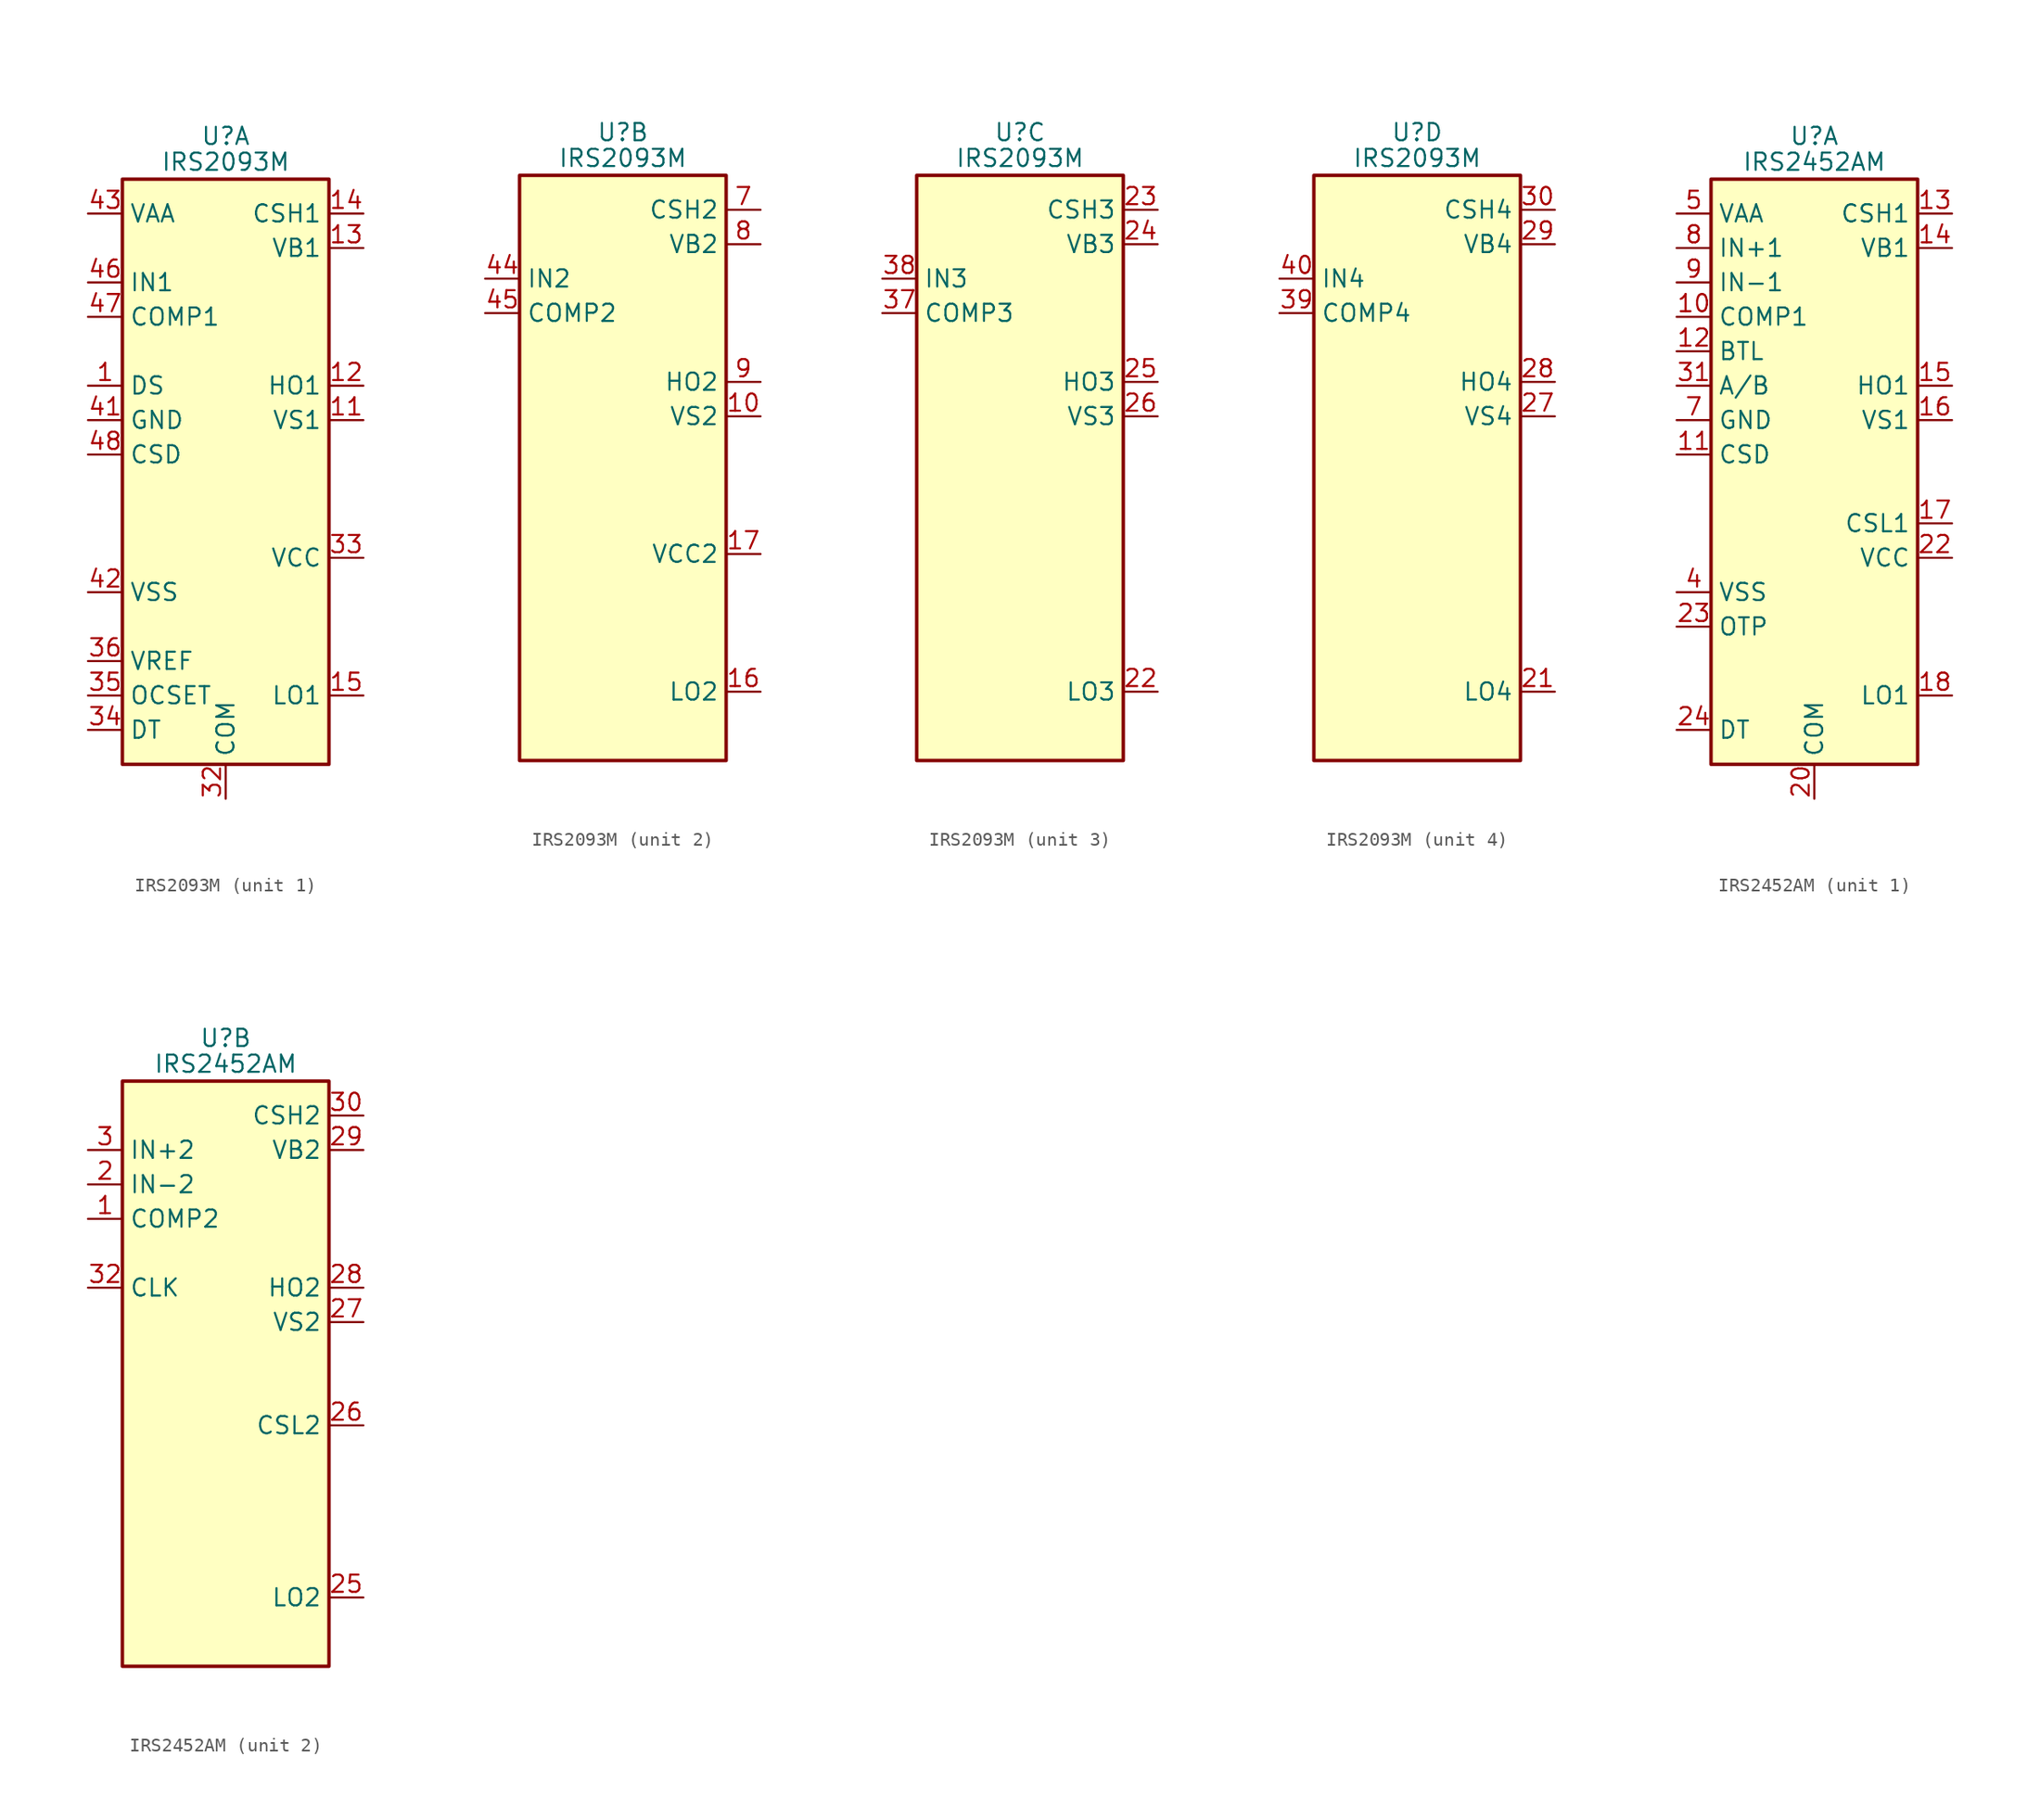
<source format=kicad_sym>
(kicad_symbol_lib
  (version 20200908)
  (generator kicad_symbol_editor)
  (symbol "Amplifier_Audio:IRS2093M"
    (property "Reference" "U"
      (at 0 26.035 0)
      (effects (font (size 1.27 1.27))))
    (property "Value" "IRS2093M"
      (at 0 24.13 0)
      (effects (font (size 1.27 1.27))))
    (property "ki_locked" ""
      (at 0 0 0)
      (effects (font (size 1.27 1.27))))
    (symbol "IRS2093M_0_1"
      (rectangle (start -7.62 -20.32) (end 7.62 22.86) (stroke (width 0.254)) (fill (type background))))
    (symbol "IRS2093M_1_1"
      (pin input line (at -10.16 7.62 0) (length 2.54) (name "DS" (effects (font (size 1.27 1.27)))) (number "1" (effects (font (size 1.27 1.27)))))
      (pin passive line (at 10.16 5.08 180) (length 2.54) (name "VS1" (effects (font (size 1.27 1.27)))) (number "11" (effects (font (size 1.27 1.27)))))
      (pin output line (at 10.16 7.62 180) (length 2.54) (name "HO1" (effects (font (size 1.27 1.27)))) (number "12" (effects (font (size 1.27 1.27)))))
      (pin power_in line (at 10.16 17.78 180) (length 2.54) (name "VB1" (effects (font (size 1.27 1.27)))) (number "13" (effects (font (size 1.27 1.27)))))
      (pin passive line (at 10.16 20.32 180) (length 2.54) (name "CSH1" (effects (font (size 1.27 1.27)))) (number "14" (effects (font (size 1.27 1.27)))))
      (pin output line (at 10.16 -15.24 180) (length 2.54) (name "LO1" (effects (font (size 1.27 1.27)))) (number "15" (effects (font (size 1.27 1.27)))))
      (pin unconnected line (at 7.62 15.24 180) (length 2.54) hide (name "NC" (effects (font (size 1.27 1.27)))) (number "18" (effects (font (size 1.27 1.27)))))
      (pin unconnected line (at 7.62 12.7 180) (length 2.54) hide (name "NC" (effects (font (size 1.27 1.27)))) (number "19" (effects (font (size 1.27 1.27)))))
      (pin unconnected line (at -7.62 17.78 0) (length 2.54) hide (name "NC" (effects (font (size 1.27 1.27)))) (number "2" (effects (font (size 1.27 1.27)))))
      (pin passive line (at 0 -22.86 90) (length 2.54) hide (name "COM" (effects (font (size 1.27 1.27)))) (number "20" (effects (font (size 1.27 1.27)))))
      (pin unconnected line (at -7.62 10.16 0) (length 2.54) hide (name "NC" (effects (font (size 1.27 1.27)))) (number "3" (effects (font (size 1.27 1.27)))))
      (pin unconnected line (at 7.62 10.16 180) (length 2.54) hide (name "NC" (effects (font (size 1.27 1.27)))) (number "31" (effects (font (size 1.27 1.27)))))
      (pin power_in line (at 0 -22.86 90) (length 2.54) (name "COM" (effects (font (size 1.27 1.27)))) (number "32" (effects (font (size 1.27 1.27)))))
      (pin power_in line (at 10.16 -5.08 180) (length 2.54) (name "VCC" (effects (font (size 1.27 1.27)))) (number "33" (effects (font (size 1.27 1.27)))))
      (pin passive line (at -10.16 -17.78 0) (length 2.54) (name "DT" (effects (font (size 1.27 1.27)))) (number "34" (effects (font (size 1.27 1.27)))))
      (pin passive line (at -10.16 -15.24 0) (length 2.54) (name "OCSET" (effects (font (size 1.27 1.27)))) (number "35" (effects (font (size 1.27 1.27)))))
      (pin power_out line (at -10.16 -12.7 0) (length 2.54) (name "VREF" (effects (font (size 1.27 1.27)))) (number "36" (effects (font (size 1.27 1.27)))))
      (pin unconnected line (at -7.62 0 0) (length 2.54) hide (name "NC" (effects (font (size 1.27 1.27)))) (number "4" (effects (font (size 1.27 1.27)))))
      (pin power_in line (at -10.16 5.08 0) (length 2.54) (name "GND" (effects (font (size 1.27 1.27)))) (number "41" (effects (font (size 1.27 1.27)))))
      (pin power_in line (at -10.16 -7.62 0) (length 2.54) (name "VSS" (effects (font (size 1.27 1.27)))) (number "42" (effects (font (size 1.27 1.27)))))
      (pin power_in line (at -10.16 20.32 0) (length 2.54) (name "VAA" (effects (font (size 1.27 1.27)))) (number "43" (effects (font (size 1.27 1.27)))))
      (pin input line (at -10.16 15.24 0) (length 2.54) (name "IN1" (effects (font (size 1.27 1.27)))) (number "46" (effects (font (size 1.27 1.27)))))
      (pin output line (at -10.16 12.7 0) (length 2.54) (name "COMP1" (effects (font (size 1.27 1.27)))) (number "47" (effects (font (size 1.27 1.27)))))
      (pin passive line (at -10.16 2.54 0) (length 2.54) (name "CSD" (effects (font (size 1.27 1.27)))) (number "48" (effects (font (size 1.27 1.27)))))
      (pin passive line (at 0 -22.86 90) (length 2.54) hide (name "COM" (effects (font (size 1.27 1.27)))) (number "49" (effects (font (size 1.27 1.27)))))
      (pin unconnected line (at -7.62 -2.54 0) (length 2.54) hide (name "NC" (effects (font (size 1.27 1.27)))) (number "5" (effects (font (size 1.27 1.27)))))
      (pin unconnected line (at -7.62 -5.08 0) (length 2.54) hide (name "NC" (effects (font (size 1.27 1.27)))) (number "6" (effects (font (size 1.27 1.27))))))
    (symbol "IRS2093M_2_1"
      (pin passive line (at 10.16 5.08 180) (length 2.54) (name "VS2" (effects (font (size 1.27 1.27)))) (number "10" (effects (font (size 1.27 1.27)))))
      (pin output line (at 10.16 -15.24 180) (length 2.54) (name "LO2" (effects (font (size 1.27 1.27)))) (number "16" (effects (font (size 1.27 1.27)))))
      (pin power_in line (at 10.16 -5.08 180) (length 2.54) (name "VCC2" (effects (font (size 1.27 1.27)))) (number "17" (effects (font (size 1.27 1.27)))))
      (pin input line (at -10.16 15.24 0) (length 2.54) (name "IN2" (effects (font (size 1.27 1.27)))) (number "44" (effects (font (size 1.27 1.27)))))
      (pin output line (at -10.16 12.7 0) (length 2.54) (name "COMP2" (effects (font (size 1.27 1.27)))) (number "45" (effects (font (size 1.27 1.27)))))
      (pin passive line (at 10.16 20.32 180) (length 2.54) (name "CSH2" (effects (font (size 1.27 1.27)))) (number "7" (effects (font (size 1.27 1.27)))))
      (pin power_in line (at 10.16 17.78 180) (length 2.54) (name "VB2" (effects (font (size 1.27 1.27)))) (number "8" (effects (font (size 1.27 1.27)))))
      (pin output line (at 10.16 7.62 180) (length 2.54) (name "HO2" (effects (font (size 1.27 1.27)))) (number "9" (effects (font (size 1.27 1.27))))))
    (symbol "IRS2093M_3_1"
      (pin output line (at 10.16 -15.24 180) (length 2.54) (name "LO3" (effects (font (size 1.27 1.27)))) (number "22" (effects (font (size 1.27 1.27)))))
      (pin passive line (at 10.16 20.32 180) (length 2.54) (name "CSH3" (effects (font (size 1.27 1.27)))) (number "23" (effects (font (size 1.27 1.27)))))
      (pin power_in line (at 10.16 17.78 180) (length 2.54) (name "VB3" (effects (font (size 1.27 1.27)))) (number "24" (effects (font (size 1.27 1.27)))))
      (pin output line (at 10.16 7.62 180) (length 2.54) (name "HO3" (effects (font (size 1.27 1.27)))) (number "25" (effects (font (size 1.27 1.27)))))
      (pin passive line (at 10.16 5.08 180) (length 2.54) (name "VS3" (effects (font (size 1.27 1.27)))) (number "26" (effects (font (size 1.27 1.27)))))
      (pin output line (at -10.16 12.7 0) (length 2.54) (name "COMP3" (effects (font (size 1.27 1.27)))) (number "37" (effects (font (size 1.27 1.27)))))
      (pin input line (at -10.16 15.24 0) (length 2.54) (name "IN3" (effects (font (size 1.27 1.27)))) (number "38" (effects (font (size 1.27 1.27))))))
    (symbol "IRS2093M_4_1"
      (pin output line (at 10.16 -15.24 180) (length 2.54) (name "LO4" (effects (font (size 1.27 1.27)))) (number "21" (effects (font (size 1.27 1.27)))))
      (pin passive line (at 10.16 5.08 180) (length 2.54) (name "VS4" (effects (font (size 1.27 1.27)))) (number "27" (effects (font (size 1.27 1.27)))))
      (pin output line (at 10.16 7.62 180) (length 2.54) (name "HO4" (effects (font (size 1.27 1.27)))) (number "28" (effects (font (size 1.27 1.27)))))
      (pin power_in line (at 10.16 17.78 180) (length 2.54) (name "VB4" (effects (font (size 1.27 1.27)))) (number "29" (effects (font (size 1.27 1.27)))))
      (pin passive line (at 10.16 20.32 180) (length 2.54) (name "CSH4" (effects (font (size 1.27 1.27)))) (number "30" (effects (font (size 1.27 1.27)))))
      (pin output line (at -10.16 12.7 0) (length 2.54) (name "COMP4" (effects (font (size 1.27 1.27)))) (number "39" (effects (font (size 1.27 1.27)))))
      (pin input line (at -10.16 15.24 0) (length 2.54) (name "IN4" (effects (font (size 1.27 1.27)))) (number "40" (effects (font (size 1.27 1.27)))))))
  (symbol "Amplifier_Audio:IRS2452AM"
    (property "Reference" "U"
      (at 0 26.035 0)
      (effects (font (size 1.27 1.27))))
    (property "Value" "IRS2452AM"
      (at 0 24.13 0)
      (effects (font (size 1.27 1.27))))
    (property "ki_locked" ""
      (at 0 0 0)
      (effects (font (size 1.27 1.27))))
    (symbol "IRS2452AM_0_1"
      (rectangle (start -7.62 -20.32) (end 7.62 22.86) (stroke (width 0.254)) (fill (type background))))
    (symbol "IRS2452AM_1_1"
      (pin output line (at -10.16 12.7 0) (length 2.54) (name "COMP1" (effects (font (size 1.27 1.27)))) (number "10" (effects (font (size 1.27 1.27)))))
      (pin passive line (at -10.16 2.54 0) (length 2.54) (name "CSD" (effects (font (size 1.27 1.27)))) (number "11" (effects (font (size 1.27 1.27)))))
      (pin input line (at -10.16 10.16 0) (length 2.54) (name "BTL" (effects (font (size 1.27 1.27)))) (number "12" (effects (font (size 1.27 1.27)))))
      (pin passive line (at 10.16 20.32 180) (length 2.54) (name "CSH1" (effects (font (size 1.27 1.27)))) (number "13" (effects (font (size 1.27 1.27)))))
      (pin power_in line (at 10.16 17.78 180) (length 2.54) (name "VB1" (effects (font (size 1.27 1.27)))) (number "14" (effects (font (size 1.27 1.27)))))
      (pin output line (at 10.16 7.62 180) (length 2.54) (name "HO1" (effects (font (size 1.27 1.27)))) (number "15" (effects (font (size 1.27 1.27)))))
      (pin passive line (at 10.16 5.08 180) (length 2.54) (name "VS1" (effects (font (size 1.27 1.27)))) (number "16" (effects (font (size 1.27 1.27)))))
      (pin passive line (at 10.16 -2.54 180) (length 2.54) (name "CSL1" (effects (font (size 1.27 1.27)))) (number "17" (effects (font (size 1.27 1.27)))))
      (pin output line (at 10.16 -15.24 180) (length 2.54) (name "LO1" (effects (font (size 1.27 1.27)))) (number "18" (effects (font (size 1.27 1.27)))))
      (pin unconnected line (at -7.62 -2.54 0) (length 2.54) hide (name "NC" (effects (font (size 1.27 1.27)))) (number "19" (effects (font (size 1.27 1.27)))))
      (pin power_in line (at 0 -22.86 90) (length 2.54) (name "COM" (effects (font (size 1.27 1.27)))) (number "20" (effects (font (size 1.27 1.27)))))
      (pin unconnected line (at -7.62 -5.08 0) (length 2.54) hide (name "NC" (effects (font (size 1.27 1.27)))) (number "21" (effects (font (size 1.27 1.27)))))
      (pin power_in line (at 10.16 -5.08 180) (length 2.54) (name "VCC" (effects (font (size 1.27 1.27)))) (number "22" (effects (font (size 1.27 1.27)))))
      (pin passive line (at -10.16 -10.16 0) (length 2.54) (name "OTP" (effects (font (size 1.27 1.27)))) (number "23" (effects (font (size 1.27 1.27)))))
      (pin passive line (at -10.16 -17.78 0) (length 2.54) (name "DT" (effects (font (size 1.27 1.27)))) (number "24" (effects (font (size 1.27 1.27)))))
      (pin input line (at -10.16 7.62 0) (length 2.54) (name "A/B" (effects (font (size 1.27 1.27)))) (number "31" (effects (font (size 1.27 1.27)))))
      (pin passive line (at 0 -22.86 90) (length 2.54) hide (name "COM" (effects (font (size 1.27 1.27)))) (number "33" (effects (font (size 1.27 1.27)))))
      (pin power_in line (at -10.16 -7.62 0) (length 2.54) (name "VSS" (effects (font (size 1.27 1.27)))) (number "4" (effects (font (size 1.27 1.27)))))
      (pin power_in line (at -10.16 20.32 0) (length 2.54) (name "VAA" (effects (font (size 1.27 1.27)))) (number "5" (effects (font (size 1.27 1.27)))))
      (pin unconnected line (at -7.62 0 0) (length 2.54) hide (name "NC" (effects (font (size 1.27 1.27)))) (number "6" (effects (font (size 1.27 1.27)))))
      (pin power_in line (at -10.16 5.08 0) (length 2.54) (name "GND" (effects (font (size 1.27 1.27)))) (number "7" (effects (font (size 1.27 1.27)))))
      (pin input line (at -10.16 17.78 0) (length 2.54) (name "IN+1" (effects (font (size 1.27 1.27)))) (number "8" (effects (font (size 1.27 1.27)))))
      (pin input line (at -10.16 15.24 0) (length 2.54) (name "IN-1" (effects (font (size 1.27 1.27)))) (number "9" (effects (font (size 1.27 1.27))))))
    (symbol "IRS2452AM_2_1"
      (pin output line (at -10.16 12.7 0) (length 2.54) (name "COMP2" (effects (font (size 1.27 1.27)))) (number "1" (effects (font (size 1.27 1.27)))))
      (pin input line (at -10.16 15.24 0) (length 2.54) (name "IN-2" (effects (font (size 1.27 1.27)))) (number "2" (effects (font (size 1.27 1.27)))))
      (pin output line (at 10.16 -15.24 180) (length 2.54) (name "LO2" (effects (font (size 1.27 1.27)))) (number "25" (effects (font (size 1.27 1.27)))))
      (pin passive line (at 10.16 -2.54 180) (length 2.54) (name "CSL2" (effects (font (size 1.27 1.27)))) (number "26" (effects (font (size 1.27 1.27)))))
      (pin passive line (at 10.16 5.08 180) (length 2.54) (name "VS2" (effects (font (size 1.27 1.27)))) (number "27" (effects (font (size 1.27 1.27)))))
      (pin output line (at 10.16 7.62 180) (length 2.54) (name "HO2" (effects (font (size 1.27 1.27)))) (number "28" (effects (font (size 1.27 1.27)))))
      (pin power_in line (at 10.16 17.78 180) (length 2.54) (name "VB2" (effects (font (size 1.27 1.27)))) (number "29" (effects (font (size 1.27 1.27)))))
      (pin input line (at -10.16 17.78 0) (length 2.54) (name "IN+2" (effects (font (size 1.27 1.27)))) (number "3" (effects (font (size 1.27 1.27)))))
      (pin passive line (at 10.16 20.32 180) (length 2.54) (name "CSH2" (effects (font (size 1.27 1.27)))) (number "30" (effects (font (size 1.27 1.27)))))
      (pin input line (at -10.16 7.62 0) (length 2.54) (name "CLK" (effects (font (size 1.27 1.27)))) (number "32" (effects (font (size 1.27 1.27))))))))
</source>
